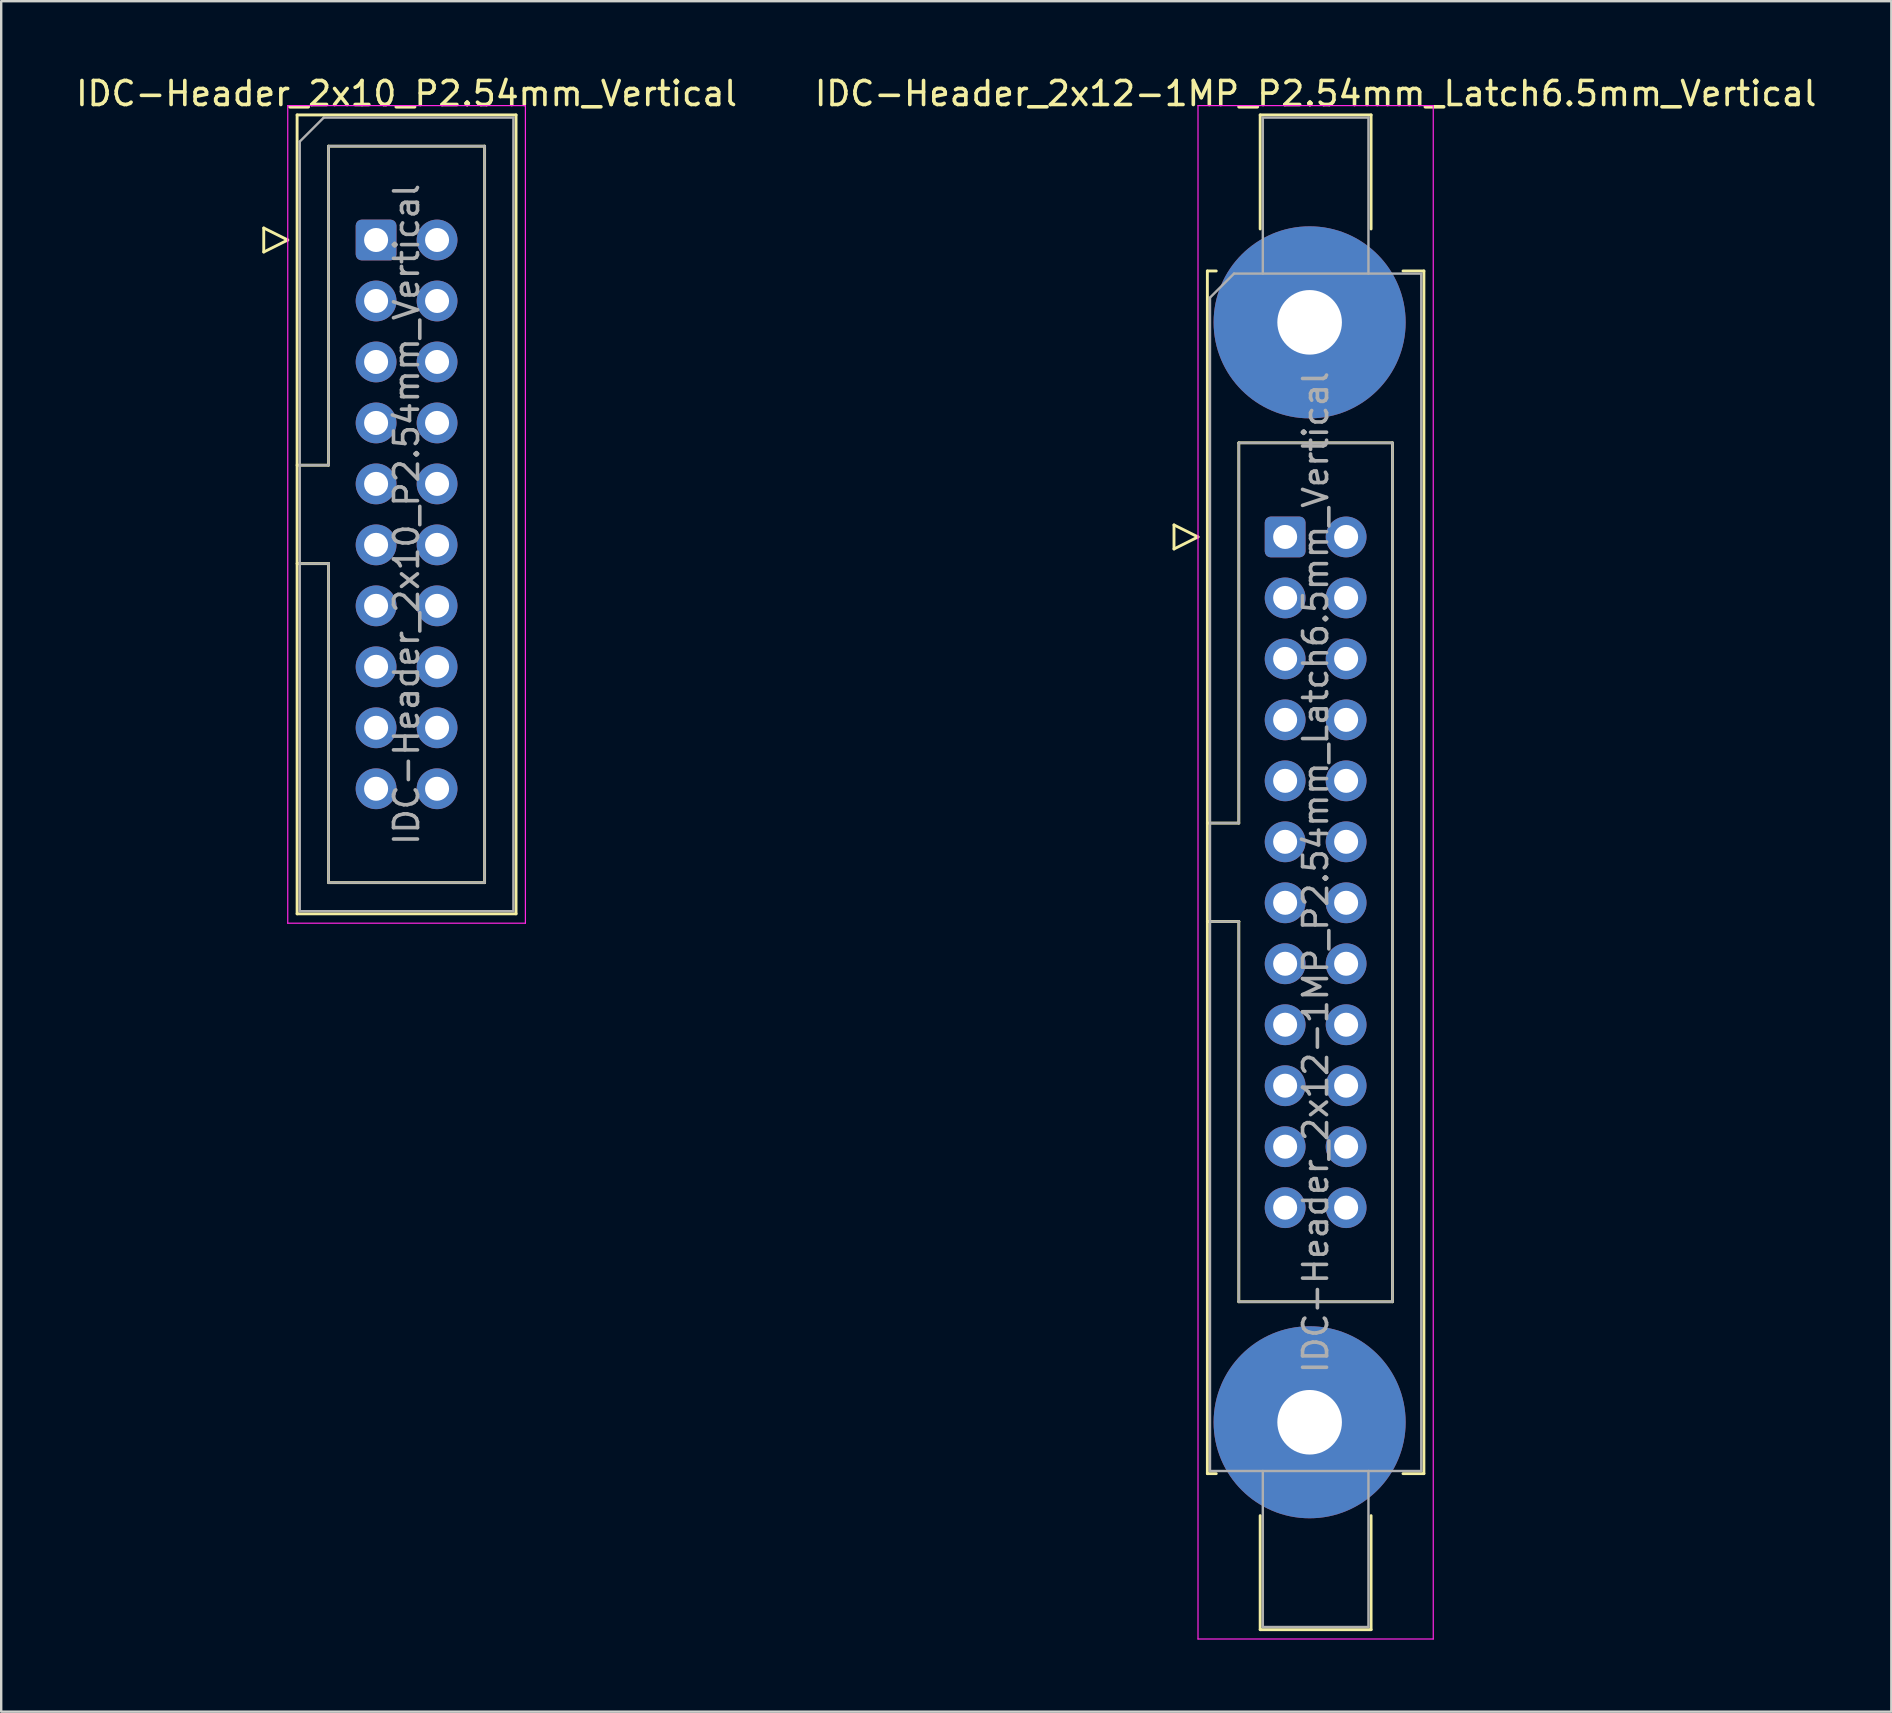
<source format=kicad_pcb>
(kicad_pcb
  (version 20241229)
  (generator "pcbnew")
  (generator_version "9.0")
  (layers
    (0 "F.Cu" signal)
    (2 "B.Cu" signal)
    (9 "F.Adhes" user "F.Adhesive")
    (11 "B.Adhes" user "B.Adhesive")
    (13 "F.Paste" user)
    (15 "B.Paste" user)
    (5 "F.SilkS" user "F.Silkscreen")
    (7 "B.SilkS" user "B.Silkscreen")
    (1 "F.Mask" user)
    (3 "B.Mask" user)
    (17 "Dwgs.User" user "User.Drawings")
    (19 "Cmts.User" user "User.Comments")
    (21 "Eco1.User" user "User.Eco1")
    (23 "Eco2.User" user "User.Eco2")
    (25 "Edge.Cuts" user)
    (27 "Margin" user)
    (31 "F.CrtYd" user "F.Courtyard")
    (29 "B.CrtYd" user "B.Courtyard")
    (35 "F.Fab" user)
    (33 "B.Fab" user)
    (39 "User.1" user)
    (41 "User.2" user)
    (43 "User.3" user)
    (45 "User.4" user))
  (footprint "IDC-Header_2x10_P2.54mm_Vertical"
    (layer "F.Cu")
    (at 12.617 6.948)
    (property "Reference" "IDC-Header_2x10_P2.54mm_Vertical" (at 1.27 -6.1 0) (layer "F.SilkS") (effects (font (size 1 1) (thickness 0.15))))
    (attr through_hole)
    (fp_line (start -4.68 -0.5) (end -4.68 0.5) (stroke (width 0.12) (type solid)) (layer "F.SilkS"))
    (fp_line (start -4.68 0.5) (end -3.68 0) (stroke (width 0.12) (type solid)) (layer "F.SilkS"))
    (fp_line (start -3.68 0) (end -4.68 -0.5) (stroke (width 0.12) (type solid)) (layer "F.SilkS"))
    (fp_line (start -3.29 -5.21) (end 5.83 -5.21) (stroke (width 0.12) (type solid)) (layer "F.SilkS"))
    (fp_line (start -3.29 9.38) (end -1.98 9.38) (stroke (width 0.12) (type solid)) (layer "F.SilkS"))
    (fp_line (start -3.29 28.07) (end -3.29 -5.21) (stroke (width 0.12) (type solid)) (layer "F.SilkS"))
    (fp_line (start -1.98 -3.91) (end 4.52 -3.91) (stroke (width 0.12) (type solid)) (layer "F.SilkS"))
    (fp_line (start -1.98 9.38) (end -1.98 -3.91) (stroke (width 0.12) (type solid)) (layer "F.SilkS"))
    (fp_line (start -1.98 13.48) (end -3.29 13.48) (stroke (width 0.12) (type solid)) (layer "F.SilkS"))
    (fp_line (start -1.98 13.48) (end -1.98 13.48) (stroke (width 0.12) (type solid)) (layer "F.SilkS"))
    (fp_line (start -1.98 26.77) (end -1.98 13.48) (stroke (width 0.12) (type solid)) (layer "F.SilkS"))
    (fp_line (start 4.52 -3.91) (end 4.52 26.77) (stroke (width 0.12) (type solid)) (layer "F.SilkS"))
    (fp_line (start 4.52 26.77) (end -1.98 26.77) (stroke (width 0.12) (type solid)) (layer "F.SilkS"))
    (fp_line (start 5.83 -5.21) (end 5.83 28.07) (stroke (width 0.12) (type solid)) (layer "F.SilkS"))
    (fp_line (start 5.83 28.07) (end -3.29 28.07) (stroke (width 0.12) (type solid)) (layer "F.SilkS"))
    (fp_line (start -3.68 -5.6) (end -3.68 28.46) (stroke (width 0.05) (type solid)) (layer "F.CrtYd"))
    (fp_line (start -3.68 28.46) (end 6.22 28.46) (stroke (width 0.05) (type solid)) (layer "F.CrtYd"))
    (fp_line (start 6.22 -5.6) (end -3.68 -5.6) (stroke (width 0.05) (type solid)) (layer "F.CrtYd"))
    (fp_line (start 6.22 28.46) (end 6.22 -5.6) (stroke (width 0.05) (type solid)) (layer "F.CrtYd"))
    (fp_line (start -3.18 -4.1) (end -2.18 -5.1) (stroke (width 0.1) (type solid)) (layer "F.Fab"))
    (fp_line (start -3.18 9.38) (end -1.98 9.38) (stroke (width 0.1) (type solid)) (layer "F.Fab"))
    (fp_line (start -3.18 27.96) (end -3.18 -4.1) (stroke (width 0.1) (type solid)) (layer "F.Fab"))
    (fp_line (start -2.18 -5.1) (end 5.72 -5.1) (stroke (width 0.1) (type solid)) (layer "F.Fab"))
    (fp_line (start -1.98 -3.91) (end 4.52 -3.91) (stroke (width 0.1) (type solid)) (layer "F.Fab"))
    (fp_line (start -1.98 9.38) (end -1.98 -3.91) (stroke (width 0.1) (type solid)) (layer "F.Fab"))
    (fp_line (start -1.98 13.48) (end -3.18 13.48) (stroke (width 0.1) (type solid)) (layer "F.Fab"))
    (fp_line (start -1.98 13.48) (end -1.98 13.48) (stroke (width 0.1) (type solid)) (layer "F.Fab"))
    (fp_line (start -1.98 26.77) (end -1.98 13.48) (stroke (width 0.1) (type solid)) (layer "F.Fab"))
    (fp_line (start 4.52 -3.91) (end 4.52 26.77) (stroke (width 0.1) (type solid)) (layer "F.Fab"))
    (fp_line (start 4.52 26.77) (end -1.98 26.77) (stroke (width 0.1) (type solid)) (layer "F.Fab"))
    (fp_line (start 5.72 -5.1) (end 5.72 27.96) (stroke (width 0.1) (type solid)) (layer "F.Fab"))
    (fp_line (start 5.72 27.96) (end -3.18 27.96) (stroke (width 0.1) (type solid)) (layer "F.Fab"))
    (fp_text user "${REFERENCE}" (at 1.27 11.43 90) (layer "F.Fab") (effects (font (size 1 1) (thickness 0.15))))
    (pad "1" thru_hole roundrect (at 0 0) (size 1.7 1.7) (drill 1) (layers "*.Cu" "*.Mask") (roundrect_rratio 0.147))
    (pad "2" thru_hole circle (at 2.54 0) (size 1.7 1.7) (drill 1) (layers "*.Cu" "*.Mask"))
    (pad "3" thru_hole circle (at 0 2.54) (size 1.7 1.7) (drill 1) (layers "*.Cu" "*.Mask"))
    (pad "4" thru_hole circle (at 2.54 2.54) (size 1.7 1.7) (drill 1) (layers "*.Cu" "*.Mask"))
    (pad "5" thru_hole circle (at 0 5.08) (size 1.7 1.7) (drill 1) (layers "*.Cu" "*.Mask"))
    (pad "6" thru_hole circle (at 2.54 5.08) (size 1.7 1.7) (drill 1) (layers "*.Cu" "*.Mask"))
    (pad "7" thru_hole circle (at 0 7.62) (size 1.7 1.7) (drill 1) (layers "*.Cu" "*.Mask"))
    (pad "8" thru_hole circle (at 2.54 7.62) (size 1.7 1.7) (drill 1) (layers "*.Cu" "*.Mask"))
    (pad "9" thru_hole circle (at 0 10.16) (size 1.7 1.7) (drill 1) (layers "*.Cu" "*.Mask"))
    (pad "10" thru_hole circle (at 2.54 10.16) (size 1.7 1.7) (drill 1) (layers "*.Cu" "*.Mask"))
    (pad "11" thru_hole circle (at 0 12.7) (size 1.7 1.7) (drill 1) (layers "*.Cu" "*.Mask"))
    (pad "12" thru_hole circle (at 2.54 12.7) (size 1.7 1.7) (drill 1) (layers "*.Cu" "*.Mask"))
    (pad "13" thru_hole circle (at 0 15.24) (size 1.7 1.7) (drill 1) (layers "*.Cu" "*.Mask"))
    (pad "14" thru_hole circle (at 2.54 15.24) (size 1.7 1.7) (drill 1) (layers "*.Cu" "*.Mask"))
    (pad "15" thru_hole circle (at 0 17.78) (size 1.7 1.7) (drill 1) (layers "*.Cu" "*.Mask"))
    (pad "16" thru_hole circle (at 2.54 17.78) (size 1.7 1.7) (drill 1) (layers "*.Cu" "*.Mask"))
    (pad "17" thru_hole circle (at 0 20.32) (size 1.7 1.7) (drill 1) (layers "*.Cu" "*.Mask"))
    (pad "18" thru_hole circle (at 2.54 20.32) (size 1.7 1.7) (drill 1) (layers "*.Cu" "*.Mask"))
    (pad "19" thru_hole circle (at 0 22.86) (size 1.7 1.7) (drill 1) (layers "*.Cu" "*.Mask"))
    (pad "20" thru_hole circle (at 2.54 22.86) (size 1.7 1.7) (drill 1) (layers "*.Cu" "*.Mask")))
  (footprint "IDC-Header_2x12-1MP_P2.54mm_Latch6.5mm_Vertical"
    (layer "F.Cu")
    (at 50.486 19.318)
    (property "Reference" "IDC-Header_2x12-1MP_P2.54mm_Latch6.5mm_Vertical" (at 1.27 -18.47 0) (layer "F.SilkS") (effects (font (size 1 1) (thickness 0.15))))
    (attr through_hole)
    (fp_line (start -4.63 -0.5) (end -4.63 0.5) (stroke (width 0.12) (type solid)) (layer "F.SilkS"))
    (fp_line (start -4.63 0.5) (end -3.63 0) (stroke (width 0.12) (type solid)) (layer "F.SilkS"))
    (fp_line (start -3.63 0) (end -4.63 -0.5) (stroke (width 0.12) (type solid)) (layer "F.SilkS"))
    (fp_line (start -3.24 -11.08) (end -3.24 39.02) (stroke (width 0.12) (type solid)) (layer "F.SilkS"))
    (fp_line (start -3.24 11.92) (end -1.93 11.92) (stroke (width 0.12) (type solid)) (layer "F.SilkS"))
    (fp_line (start -3.24 39.02) (end -2.87 39.02) (stroke (width 0.12) (type solid)) (layer "F.SilkS"))
    (fp_line (start -2.87 -11.08) (end -3.24 -11.08) (stroke (width 0.12) (type solid)) (layer "F.SilkS"))
    (fp_line (start -1.93 -3.92) (end 4.47 -3.92) (stroke (width 0.12) (type solid)) (layer "F.SilkS"))
    (fp_line (start -1.93 11.92) (end -1.93 -3.92) (stroke (width 0.12) (type solid)) (layer "F.SilkS"))
    (fp_line (start -1.93 16.02) (end -3.24 16.02) (stroke (width 0.12) (type solid)) (layer "F.SilkS"))
    (fp_line (start -1.93 16.02) (end -1.93 16.02) (stroke (width 0.12) (type solid)) (layer "F.SilkS"))
    (fp_line (start -1.93 31.86) (end -1.93 16.02) (stroke (width 0.12) (type solid)) (layer "F.SilkS"))
    (fp_line (start -1.04 -17.58) (end 3.58 -17.58) (stroke (width 0.12) (type solid)) (layer "F.SilkS"))
    (fp_line (start -1.04 -12.83) (end -1.04 -17.58) (stroke (width 0.12) (type solid)) (layer "F.SilkS"))
    (fp_line (start -1.04 40.77) (end -1.04 45.52) (stroke (width 0.12) (type solid)) (layer "F.SilkS"))
    (fp_line (start -1.04 45.52) (end 3.58 45.52) (stroke (width 0.12) (type solid)) (layer "F.SilkS"))
    (fp_line (start 3.58 -17.58) (end 3.58 -12.83) (stroke (width 0.12) (type solid)) (layer "F.SilkS"))
    (fp_line (start 3.58 45.52) (end 3.58 40.77) (stroke (width 0.12) (type solid)) (layer "F.SilkS"))
    (fp_line (start 4.47 -3.92) (end 4.47 31.86) (stroke (width 0.12) (type solid)) (layer "F.SilkS"))
    (fp_line (start 4.47 31.86) (end -1.93 31.86) (stroke (width 0.12) (type solid)) (layer "F.SilkS"))
    (fp_line (start 4.91 -11.08) (end 5.78 -11.08) (stroke (width 0.12) (type solid)) (layer "F.SilkS"))
    (fp_line (start 5.78 -11.08) (end 5.78 39.02) (stroke (width 0.12) (type solid)) (layer "F.SilkS"))
    (fp_line (start 5.78 39.02) (end 4.91 39.02) (stroke (width 0.12) (type solid)) (layer "F.SilkS"))
    (fp_line (start -3.63 -17.97) (end -3.63 45.91) (stroke (width 0.05) (type solid)) (layer "F.CrtYd"))
    (fp_line (start -3.63 45.91) (end 6.17 45.91) (stroke (width 0.05) (type solid)) (layer "F.CrtYd"))
    (fp_line (start 6.17 -17.97) (end -3.63 -17.97) (stroke (width 0.05) (type solid)) (layer "F.CrtYd"))
    (fp_line (start 6.17 45.91) (end 6.17 -17.97) (stroke (width 0.05) (type solid)) (layer "F.CrtYd"))
    (fp_line (start -3.13 -9.97) (end -2.13 -10.97) (stroke (width 0.1) (type solid)) (layer "F.Fab"))
    (fp_line (start -3.13 11.92) (end -1.93 11.92) (stroke (width 0.1) (type solid)) (layer "F.Fab"))
    (fp_line (start -3.13 38.91) (end -3.13 -9.97) (stroke (width 0.1) (type solid)) (layer "F.Fab"))
    (fp_line (start -2.13 -10.97) (end 5.67 -10.97) (stroke (width 0.1) (type solid)) (layer "F.Fab"))
    (fp_line (start -1.93 -3.92) (end 4.47 -3.92) (stroke (width 0.1) (type solid)) (layer "F.Fab"))
    (fp_line (start -1.93 11.92) (end -1.93 -3.92) (stroke (width 0.1) (type solid)) (layer "F.Fab"))
    (fp_line (start -1.93 16.02) (end -3.13 16.02) (stroke (width 0.1) (type solid)) (layer "F.Fab"))
    (fp_line (start -1.93 16.02) (end -1.93 16.02) (stroke (width 0.1) (type solid)) (layer "F.Fab"))
    (fp_line (start -1.93 31.86) (end -1.93 16.02) (stroke (width 0.1) (type solid)) (layer "F.Fab"))
    (fp_line (start -0.93 -17.47) (end 3.47 -17.47) (stroke (width 0.1) (type solid)) (layer "F.Fab"))
    (fp_line (start -0.93 -10.97) (end -0.93 -17.47) (stroke (width 0.1) (type solid)) (layer "F.Fab"))
    (fp_line (start -0.93 38.91) (end -0.93 45.41) (stroke (width 0.1) (type solid)) (layer "F.Fab"))
    (fp_line (start -0.93 45.41) (end 3.47 45.41) (stroke (width 0.1) (type solid)) (layer "F.Fab"))
    (fp_line (start 3.47 -17.47) (end 3.47 -10.97) (stroke (width 0.1) (type solid)) (layer "F.Fab"))
    (fp_line (start 3.47 45.41) (end 3.47 38.91) (stroke (width 0.1) (type solid)) (layer "F.Fab"))
    (fp_line (start 4.47 -3.92) (end 4.47 31.86) (stroke (width 0.1) (type solid)) (layer "F.Fab"))
    (fp_line (start 4.47 31.86) (end -1.93 31.86) (stroke (width 0.1) (type solid)) (layer "F.Fab"))
    (fp_line (start 5.67 -10.97) (end 5.67 38.91) (stroke (width 0.1) (type solid)) (layer "F.Fab"))
    (fp_line (start 5.67 38.91) (end -3.13 38.91) (stroke (width 0.1) (type solid)) (layer "F.Fab"))
    (fp_text user "${REFERENCE}" (at 1.27 13.97 90) (layer "F.Fab") (effects (font (size 1 1) (thickness 0.15))))
    (pad "1" thru_hole roundrect (at 0 0) (size 1.7 1.7) (drill 1) (layers "*.Cu" "*.Mask") (roundrect_rratio 0.147))
    (pad "2" thru_hole circle (at 2.54 0) (size 1.7 1.7) (drill 1) (layers "*.Cu" "*.Mask"))
    (pad "3" thru_hole circle (at 0 2.54) (size 1.7 1.7) (drill 1) (layers "*.Cu" "*.Mask"))
    (pad "4" thru_hole circle (at 2.54 2.54) (size 1.7 1.7) (drill 1) (layers "*.Cu" "*.Mask"))
    (pad "5" thru_hole circle (at 0 5.08) (size 1.7 1.7) (drill 1) (layers "*.Cu" "*.Mask"))
    (pad "6" thru_hole circle (at 2.54 5.08) (size 1.7 1.7) (drill 1) (layers "*.Cu" "*.Mask"))
    (pad "7" thru_hole circle (at 0 7.62) (size 1.7 1.7) (drill 1) (layers "*.Cu" "*.Mask"))
    (pad "8" thru_hole circle (at 2.54 7.62) (size 1.7 1.7) (drill 1) (layers "*.Cu" "*.Mask"))
    (pad "9" thru_hole circle (at 0 10.16) (size 1.7 1.7) (drill 1) (layers "*.Cu" "*.Mask"))
    (pad "10" thru_hole circle (at 2.54 10.16) (size 1.7 1.7) (drill 1) (layers "*.Cu" "*.Mask"))
    (pad "11" thru_hole circle (at 0 12.7) (size 1.7 1.7) (drill 1) (layers "*.Cu" "*.Mask"))
    (pad "12" thru_hole circle (at 2.54 12.7) (size 1.7 1.7) (drill 1) (layers "*.Cu" "*.Mask"))
    (pad "13" thru_hole circle (at 0 15.24) (size 1.7 1.7) (drill 1) (layers "*.Cu" "*.Mask"))
    (pad "14" thru_hole circle (at 2.54 15.24) (size 1.7 1.7) (drill 1) (layers "*.Cu" "*.Mask"))
    (pad "15" thru_hole circle (at 0 17.78) (size 1.7 1.7) (drill 1) (layers "*.Cu" "*.Mask"))
    (pad "16" thru_hole circle (at 2.54 17.78) (size 1.7 1.7) (drill 1) (layers "*.Cu" "*.Mask"))
    (pad "17" thru_hole circle (at 0 20.32) (size 1.7 1.7) (drill 1) (layers "*.Cu" "*.Mask"))
    (pad "18" thru_hole circle (at 2.54 20.32) (size 1.7 1.7) (drill 1) (layers "*.Cu" "*.Mask"))
    (pad "19" thru_hole circle (at 0 22.86) (size 1.7 1.7) (drill 1) (layers "*.Cu" "*.Mask"))
    (pad "20" thru_hole circle (at 2.54 22.86) (size 1.7 1.7) (drill 1) (layers "*.Cu" "*.Mask"))
    (pad "21" thru_hole circle (at 0 25.4) (size 1.7 1.7) (drill 1) (layers "*.Cu" "*.Mask"))
    (pad "22" thru_hole circle (at 2.54 25.4) (size 1.7 1.7) (drill 1) (layers "*.Cu" "*.Mask"))
    (pad "23" thru_hole circle (at 0 27.94) (size 1.7 1.7) (drill 1) (layers "*.Cu" "*.Mask"))
    (pad "24" thru_hole circle (at 2.54 27.94) (size 1.7 1.7) (drill 1) (layers "*.Cu" "*.Mask"))
    (pad "MP" thru_hole circle (at 1.02 -8.94) (size 8 8) (drill 2.69) (layers "*.Cu" "*.Mask"))
    (pad "MP" thru_hole circle (at 1.02 36.88) (size 8 8) (drill 2.69) (layers "*.Cu" "*.Mask")))
  (gr_rect
    (start -3 -3)
    (end 75.738 68.253)
    (stroke (width 0.1) (type default))
    (fill no)
    (layer "Edge.Cuts")))
</source>
